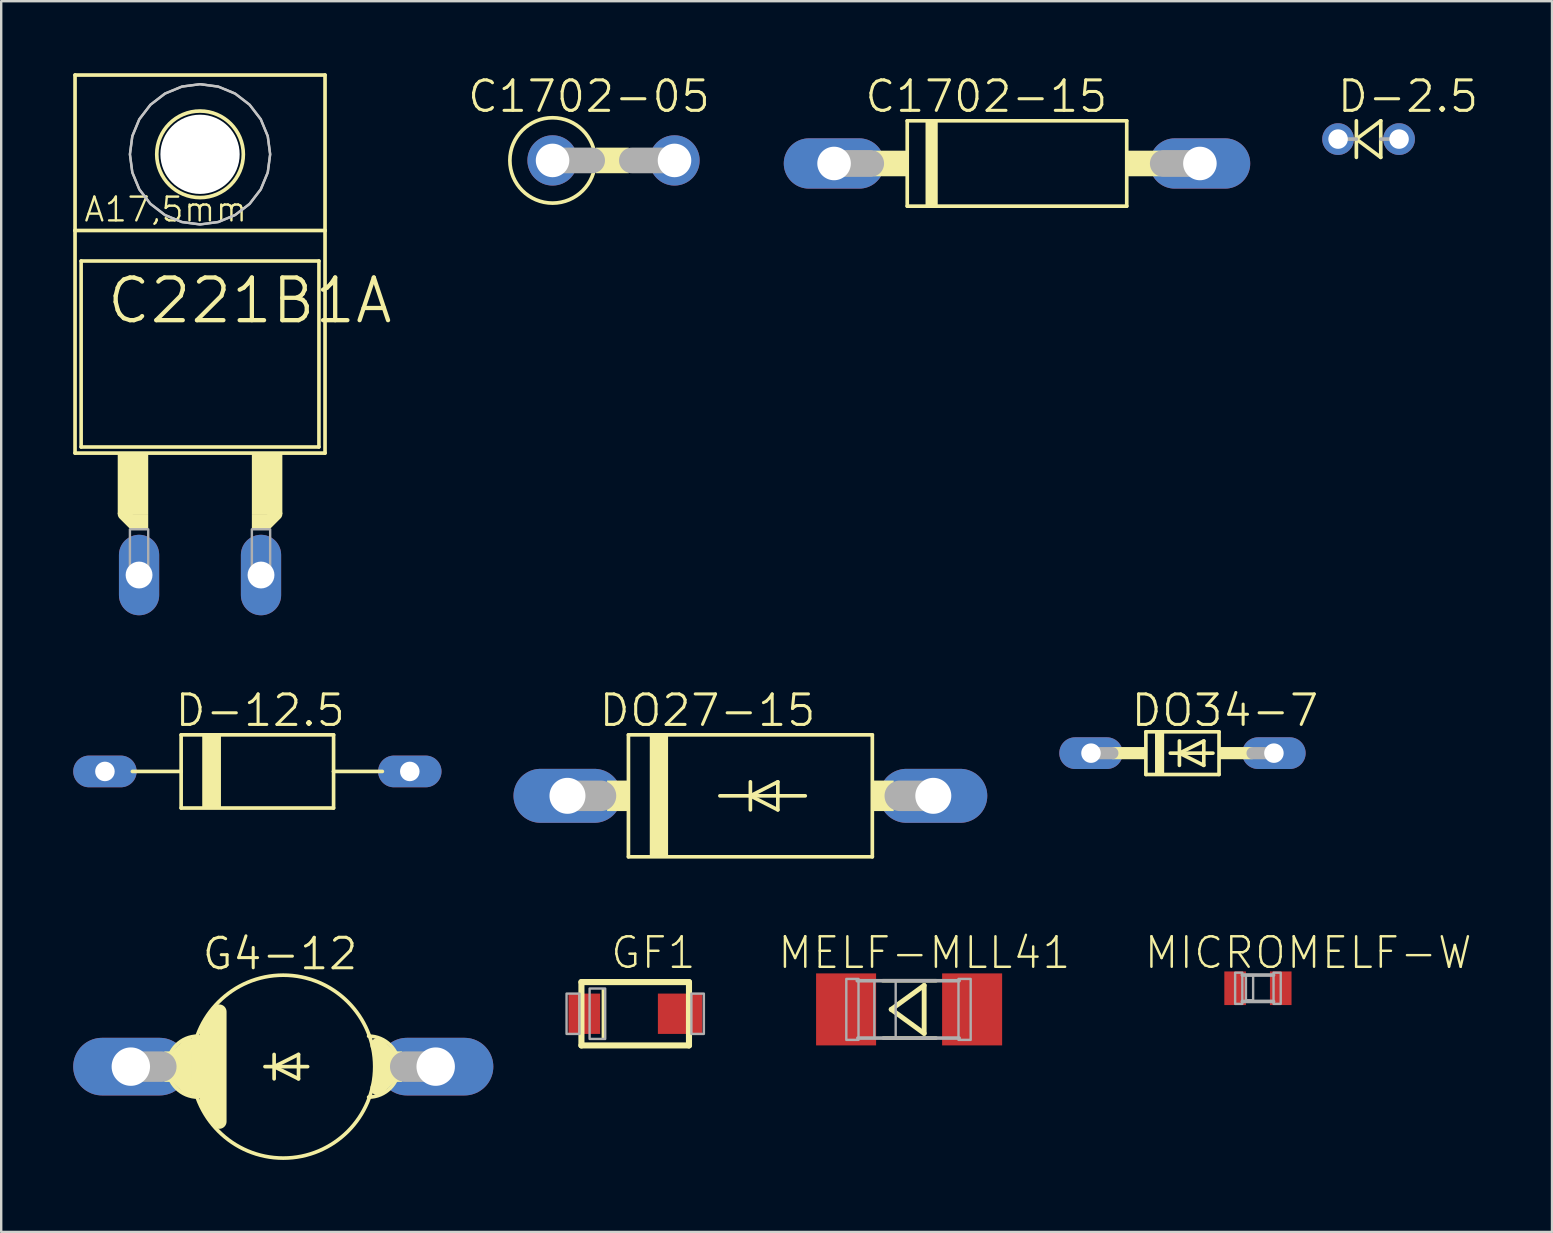
<source format=kicad_pcb>
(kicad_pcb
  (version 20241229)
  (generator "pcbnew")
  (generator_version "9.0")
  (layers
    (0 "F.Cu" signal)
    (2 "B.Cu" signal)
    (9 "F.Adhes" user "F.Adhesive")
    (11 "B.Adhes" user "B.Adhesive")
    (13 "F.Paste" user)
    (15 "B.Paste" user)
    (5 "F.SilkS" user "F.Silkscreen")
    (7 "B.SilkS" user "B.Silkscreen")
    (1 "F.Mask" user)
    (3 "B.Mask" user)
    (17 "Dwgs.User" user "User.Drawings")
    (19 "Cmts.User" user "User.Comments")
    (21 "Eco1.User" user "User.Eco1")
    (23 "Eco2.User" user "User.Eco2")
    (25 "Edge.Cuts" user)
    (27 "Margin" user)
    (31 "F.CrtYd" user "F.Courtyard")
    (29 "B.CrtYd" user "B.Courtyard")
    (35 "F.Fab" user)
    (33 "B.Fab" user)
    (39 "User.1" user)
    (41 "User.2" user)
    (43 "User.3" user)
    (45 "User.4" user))
  (footprint "MICROMELF-W"
    (layer "F.Cu")
    (at 49.352 38.118)
    (property "Reference" "MICROMELF-W" (at 2.095 -1.478 0) (layer "F.SilkS") (effects (font (size 1.27 1.27) (thickness 0.102))))
    (attr through_hole)
    (fp_line (start -0.65 -0.55) (end 0.65 -0.55) (stroke (width 0.152) (type solid)) (layer "F.Fab"))
    (fp_line (start -0.65 0.55) (end 0.65 0.55) (stroke (width 0.152) (type solid)) (layer "F.Fab"))
    (fp_poly (pts (xy -0.95 -0.65) (xy -0.65 -0.65) (xy -0.65 0.65) (xy -0.95 0.65)) (stroke (width 0.1) (type solid)) (fill no) (layer "F.Fab"))
    (fp_poly (pts (xy -0.5 -0.55) (xy -0.2 -0.55) (xy -0.2 0.5) (xy -0.5 0.5)) (stroke (width 0.1) (type solid)) (fill no) (layer "F.Fab"))
    (fp_poly (pts (xy 0.65 -0.65) (xy 0.95 -0.65) (xy 0.95 0.65) (xy 0.65 0.65)) (stroke (width 0.1) (type solid)) (fill no) (layer "F.Fab"))
    (pad "A" smd rect (at 0.95 0) (size 0.9 1.4) (layers "F.Cu" "F.Mask" "F.Paste"))
    (pad "C" smd rect (at -0.95 0) (size 0.9 1.4) (layers "F.Cu" "F.Mask" "F.Paste")))
  (footprint "D-2.5"
    (layer "F.Cu")
    (at 53.961 2.744)
    (property "Reference" "D-2.5" (at 1.645 -1.778 0) (layer "F.SilkS") (effects (font (size 1.27 1.27) (thickness 0.127))))
    (attr through_hole)
    (fp_line (start -0.508 -0.762) (end -0.508 0) (stroke (width 0.152) (type solid)) (layer "F.SilkS"))
    (fp_line (start -0.508 0) (end -0.508 0.762) (stroke (width 0.152) (type solid)) (layer "F.SilkS"))
    (fp_line (start -0.508 0) (end 0.508 0.762) (stroke (width 0.152) (type solid)) (layer "F.SilkS"))
    (fp_line (start 0.508 -0.762) (end -0.508 0) (stroke (width 0.152) (type solid)) (layer "F.SilkS"))
    (fp_line (start 0.508 0.762) (end 0.508 -0.762) (stroke (width 0.152) (type solid)) (layer "F.SilkS"))
    (fp_line (start -0.508 0) (end -1.27 0) (stroke (width 0.152) (type solid)) (layer "F.Fab"))
    (fp_line (start 1.27 0) (end 0.508 0) (stroke (width 0.152) (type solid)) (layer "F.Fab"))
    (pad "A" thru_hole circle (at 1.27 0) (size 1.321 1.321) (drill 0.813) (layers "*.Cu" "*.Mask"))
    (pad "C" thru_hole circle (at -1.27 0) (size 1.321 1.321) (drill 0.813) (layers "*.Cu" "*.Mask")))
  (footprint "C1702-15"
    (layer "F.Cu")
    (at 39.315 3.76)
    (property "Reference" "C1702-15" (at -1.276 -2.794 0) (layer "F.SilkS") (effects (font (size 1.27 1.27) (thickness 0.127))))
    (attr through_hole)
    (fp_line (start -4.572 1.778) (end -4.572 -1.778) (stroke (width 0.152) (type solid)) (layer "F.SilkS"))
    (fp_line (start -4.572 1.778) (end 4.572 1.778) (stroke (width 0.152) (type solid)) (layer "F.SilkS"))
    (fp_line (start 4.572 -1.778) (end -4.572 -1.778) (stroke (width 0.152) (type solid)) (layer "F.SilkS"))
    (fp_line (start 4.572 -1.778) (end 4.572 1.778) (stroke (width 0.152) (type solid)) (layer "F.SilkS"))
    (fp_poly (pts (xy -5.944 -0.533) (xy -4.572 -0.533) (xy -4.572 0.533) (xy -5.944 0.533)) (stroke (width 0) (type solid)) (fill yes) (layer "F.SilkS"))
    (fp_poly (pts (xy -3.81 -1.778) (xy -3.302 -1.778) (xy -3.302 1.778) (xy -3.81 1.778)) (stroke (width 0) (type solid)) (fill yes) (layer "F.SilkS"))
    (fp_poly (pts (xy 4.572 -0.533) (xy 5.944 -0.533) (xy 5.944 0.533) (xy 4.572 0.533)) (stroke (width 0) (type solid)) (fill yes) (layer "F.SilkS"))
    (fp_line (start -7.62 0) (end -6.096 0) (stroke (width 1.118) (type solid)) (layer "F.Fab"))
    (fp_line (start 7.62 0) (end 6.096 0) (stroke (width 1.118) (type solid)) (layer "F.Fab"))
    (pad "A" thru_hole oval (at 7.62 0) (size 4.191 2.095) (drill 1.397) (layers "*.Cu" "*.Mask"))
    (pad "C" thru_hole oval (at -7.62 0) (size 4.191 2.095) (drill 1.397) (layers "*.Cu" "*.Mask")))
  (footprint "C221B1A"
    (layer "F.Cu")
    (at 5.283 14.554)
    (property "Reference" "C221B1A" (at 2.074 -5.08 0) (layer "F.SilkS") (effects (font (size 1.778 1.778) (thickness 0.178))))
    (attr through_hole)
    (fp_line (start -5.207 -8.001) (end -5.207 -14.478) (stroke (width 0.152) (type solid)) (layer "F.SilkS"))
    (fp_line (start -5.207 1.27) (end -5.207 -8.001) (stroke (width 0.152) (type solid)) (layer "F.SilkS"))
    (fp_line (start -5.207 1.27) (end 5.207 1.27) (stroke (width 0.152) (type solid)) (layer "F.SilkS"))
    (fp_line (start -4.953 -6.731) (end -4.953 1.016) (stroke (width 0.15) (type solid)) (layer "F.SilkS"))
    (fp_line (start -2.794 4.191) (end -3.175 3.81) (stroke (width 0.508) (type solid)) (layer "F.SilkS"))
    (fp_line (start 3.175 3.81) (end 2.794 4.191) (stroke (width 0.508) (type solid)) (layer "F.SilkS"))
    (fp_line (start 4.953 -6.731) (end -4.953 -6.731) (stroke (width 0.15) (type solid)) (layer "F.SilkS"))
    (fp_line (start 4.953 -6.731) (end 4.953 1.016) (stroke (width 0.15) (type solid)) (layer "F.SilkS"))
    (fp_line (start 4.953 1.016) (end -4.953 1.016) (stroke (width 0.15) (type solid)) (layer "F.SilkS"))
    (fp_line (start 5.207 -14.478) (end -5.207 -14.478) (stroke (width 0.152) (type solid)) (layer "F.SilkS"))
    (fp_line (start 5.207 -8.001) (end -5.207 -8.001) (stroke (width 0.152) (type solid)) (layer "F.SilkS"))
    (fp_line (start 5.207 -8.001) (end 5.207 -14.478) (stroke (width 0.152) (type solid)) (layer "F.SilkS"))
    (fp_line (start 5.207 1.27) (end 5.207 -8.001) (stroke (width 0.152) (type solid)) (layer "F.SilkS"))
    (fp_circle (center 0 -11.176) (end 1.803 -11.176) (stroke (width 0.152) (type solid)) (fill no) (layer "F.SilkS"))
    (fp_poly (pts (xy -3.429 1.27) (xy -2.159 1.27) (xy -2.159 3.81) (xy -3.429 3.81)) (stroke (width 0) (type solid)) (fill yes) (layer "F.SilkS"))
    (fp_poly (pts (xy -2.921 3.81) (xy -2.159 3.81) (xy -2.159 4.445) (xy -2.921 4.445)) (stroke (width 0) (type solid)) (fill yes) (layer "F.SilkS"))
    (fp_poly (pts (xy 2.159 1.27) (xy 3.429 1.27) (xy 3.429 3.81) (xy 2.159 3.81)) (stroke (width 0) (type solid)) (fill yes) (layer "F.SilkS"))
    (fp_poly (pts (xy 2.159 3.81) (xy 2.921 3.81) (xy 2.921 4.445) (xy 2.159 4.445)) (stroke (width 0) (type solid)) (fill yes) (layer "F.SilkS"))
    (fp_poly (pts (xy 2.921 -11.176) (xy 2.821 -10.42) (xy 2.53 -9.716) (xy 2.065 -9.111) (xy 1.46 -8.646) (xy 0.756 -8.355) (xy 0 -8.255) (xy -0.756 -8.355) (xy -1.46 -8.646) (xy -2.065 -9.111) (xy -2.53 -9.716) (xy -2.821 -10.42) (xy -2.921 -11.176) (xy -2.821 -11.932) (xy -2.53 -12.636) (xy -2.065 -13.241) (xy -1.46 -13.706) (xy -0.756 -13.997) (xy 0 -14.097) (xy 0.756 -13.997) (xy 1.46 -13.706) (xy 2.065 -13.241) (xy 2.53 -12.636) (xy 2.821 -11.932)) (stroke (width 0.1) (type solid)) (fill no) (layer "Dwgs.User"))
    (fp_poly (pts (xy 2.921 -11.176) (xy 2.821 -10.42) (xy 2.53 -9.716) (xy 2.065 -9.111) (xy 1.46 -8.646) (xy 0.756 -8.355) (xy 0 -8.255) (xy -0.756 -8.355) (xy -1.46 -8.646) (xy -2.065 -9.111) (xy -2.53 -9.716) (xy -2.821 -10.42) (xy -2.921 -11.176) (xy -2.821 -11.932) (xy -2.53 -12.636) (xy -2.065 -13.241) (xy -1.46 -13.706) (xy -0.756 -13.997) (xy 0 -14.097) (xy 0.756 -13.997) (xy 1.46 -13.706) (xy 2.065 -13.241) (xy 2.53 -12.636) (xy 2.821 -11.932)) (stroke (width 0.1) (type solid)) (fill no) (layer "Dwgs.User"))
    (fp_poly (pts (xy -2.921 4.445) (xy -2.159 4.445) (xy -2.159 6.35) (xy -2.921 6.35)) (stroke (width 0.1) (type solid)) (fill no) (layer "F.Fab"))
    (fp_poly (pts (xy 2.159 4.445) (xy 2.921 4.445) (xy 2.921 6.35) (xy 2.159 6.35)) (stroke (width 0.1) (type solid)) (fill no) (layer "F.Fab"))
    (fp_text user "A17,5mm" (at -1.43 -8.877 0) (layer "F.SilkS") (effects (font (size 0.991 0.991) (thickness 0.099))))
    (pad "" np_thru_hole circle (at 0 -11.176) (size 3.302 3.302) (drill 3.302) (layers "*.Cu"))
    (pad "A" thru_hole oval (at 2.54 6.35) (size 1.676 3.353) (drill 1.118) (layers "*.Cu" "*.Mask"))
    (pad "C" thru_hole oval (at -2.54 6.35) (size 1.676 3.353) (drill 1.118) (layers "*.Cu" "*.Mask")))
  (footprint "MELF-MLL41"
    (layer "F.Cu")
    (at 34.821 38.999)
    (property "Reference" "MELF-MLL41" (at 0.633 -2.359 0) (layer "F.SilkS") (effects (font (size 1.27 1.27) (thickness 0.102))))
    (attr through_hole)
    (fp_line (start -0.746 0) (end 0.627 1) (stroke (width 0.203) (type solid)) (layer "F.SilkS"))
    (fp_line (start 0.627 -1) (end -0.746 0) (stroke (width 0.203) (type solid)) (layer "F.SilkS"))
    (fp_line (start 0.627 1) (end 0.627 -1) (stroke (width 0.203) (type solid)) (layer "F.SilkS"))
    (fp_line (start 1.121 -1.194) (end -1.097 -1.194) (stroke (width 0.152) (type solid)) (layer "F.SilkS"))
    (fp_line (start 1.121 1.194) (end -1.072 1.194) (stroke (width 0.152) (type solid)) (layer "F.SilkS"))
    (fp_line (start 2.083 -1.194) (end -2.159 -1.194) (stroke (width 0.152) (type solid)) (layer "F.Fab"))
    (fp_line (start 2.083 1.194) (end -2.134 1.194) (stroke (width 0.152) (type solid)) (layer "F.Fab"))
    (fp_poly (pts (xy -2.616 -1.27) (xy -2.108 -1.27) (xy -2.108 1.27) (xy -2.616 1.27)) (stroke (width 0.1) (type solid)) (fill no) (layer "F.Fab"))
    (fp_poly (pts (xy -1.448 -1.194) (xy -0.559 -1.194) (xy -0.559 1.194) (xy -1.448 1.194)) (stroke (width 0.1) (type solid)) (fill no) (layer "F.Fab"))
    (fp_poly (pts (xy 2.057 -1.27) (xy 2.565 -1.27) (xy 2.565 1.27) (xy 2.057 1.27)) (stroke (width 0.1) (type solid)) (fill no) (layer "F.Fab"))
    (pad "A" smd rect (at 2.625 0) (size 2.5 3) (layers "F.Cu" "F.Mask" "F.Paste"))
    (pad "C" smd rect (at -2.625 0) (size 2.5 3) (layers "F.Cu" "F.Mask" "F.Paste")))
  (footprint "DO34-7"
    (layer "F.Cu")
    (at 46.208 28.324)
    (property "Reference" "DO34-7" (at 1.772 -1.778 0) (layer "F.SilkS") (effects (font (size 1.27 1.27) (thickness 0.127))))
    (attr through_hole)
    (fp_line (start -1.524 -0.889) (end -1.524 0.889) (stroke (width 0.152) (type solid)) (layer "F.SilkS"))
    (fp_line (start -1.524 0.889) (end 1.524 0.889) (stroke (width 0.152) (type solid)) (layer "F.SilkS"))
    (fp_line (start -0.508 0) (end -0.127 0) (stroke (width 0.152) (type solid)) (layer "F.SilkS"))
    (fp_line (start -0.127 -0.508) (end -0.127 0) (stroke (width 0.152) (type solid)) (layer "F.SilkS"))
    (fp_line (start -0.127 0) (end -0.127 0.508) (stroke (width 0.152) (type solid)) (layer "F.SilkS"))
    (fp_line (start -0.127 0) (end 0.889 -0.508) (stroke (width 0.152) (type solid)) (layer "F.SilkS"))
    (fp_line (start -0.127 0) (end 1.27 0) (stroke (width 0.152) (type solid)) (layer "F.SilkS"))
    (fp_line (start 0.889 -0.508) (end 0.889 0.508) (stroke (width 0.152) (type solid)) (layer "F.SilkS"))
    (fp_line (start 0.889 0.508) (end -0.127 0) (stroke (width 0.152) (type solid)) (layer "F.SilkS"))
    (fp_line (start 1.524 -0.889) (end -1.524 -0.889) (stroke (width 0.152) (type solid)) (layer "F.SilkS"))
    (fp_line (start 1.524 0.889) (end 1.524 -0.889) (stroke (width 0.152) (type solid)) (layer "F.SilkS"))
    (fp_poly (pts (xy -2.921 -0.254) (xy -1.524 -0.254) (xy -1.524 0.254) (xy -2.921 0.254)) (stroke (width 0) (type solid)) (fill yes) (layer "F.SilkS"))
    (fp_poly (pts (xy -1.143 -0.889) (xy -0.762 -0.889) (xy -0.762 0.889) (xy -1.143 0.889)) (stroke (width 0) (type solid)) (fill yes) (layer "F.SilkS"))
    (fp_poly (pts (xy 1.524 -0.254) (xy 2.921 -0.254) (xy 2.921 0.254) (xy 1.524 0.254)) (stroke (width 0) (type solid)) (fill yes) (layer "F.SilkS"))
    (fp_line (start -3.81 0) (end -2.921 0) (stroke (width 0.508) (type solid)) (layer "F.Fab"))
    (fp_line (start 3.81 0) (end 2.921 0) (stroke (width 0.508) (type solid)) (layer "F.Fab"))
    (pad "A" thru_hole oval (at 3.81 0) (size 2.642 1.321) (drill 0.813) (layers "*.Cu" "*.Mask"))
    (pad "C" thru_hole oval (at -3.81 0) (size 2.642 1.321) (drill 0.813) (layers "*.Cu" "*.Mask")))
  (footprint "GF1"
    (layer "F.Cu")
    (at 23.411 39.18)
    (property "Reference" "GF1" (at 0.756 -2.54 0) (layer "F.SilkS") (effects (font (size 1.27 1.27) (thickness 0.102))))
    (attr through_hole)
    (fp_line (start -2.24 -1.32) (end 2.24 -1.32) (stroke (width 0.254) (type solid)) (layer "F.SilkS"))
    (fp_line (start -2.24 1.32) (end -2.24 -1.32) (stroke (width 0.254) (type solid)) (layer "F.SilkS"))
    (fp_line (start 2.24 -1.32) (end 2.24 1.32) (stroke (width 0.254) (type solid)) (layer "F.SilkS"))
    (fp_line (start 2.24 1.32) (end -2.24 1.32) (stroke (width 0.254) (type solid)) (layer "F.SilkS"))
    (fp_poly (pts (xy -1.4 -1.05) (xy -1.25 -1.05) (xy -1.25 1.05) (xy -1.4 1.05)) (stroke (width 0) (type solid)) (fill yes) (layer "F.SilkS"))
    (fp_poly (pts (xy -2.86 -0.84) (xy -2.32 -0.84) (xy -2.32 0.84) (xy -2.86 0.84)) (stroke (width 0.1) (type solid)) (fill no) (layer "F.Fab"))
    (fp_poly (pts (xy -1.9 -1.05) (xy -1.25 -1.05) (xy -1.25 1.05) (xy -1.9 1.05)) (stroke (width 0.1) (type solid)) (fill no) (layer "F.Fab"))
    (fp_poly (pts (xy 2.34 -0.84) (xy 2.86 -0.84) (xy 2.86 0.84) (xy 2.34 0.84)) (stroke (width 0.1) (type solid)) (fill no) (layer "F.Fab"))
    (pad "A" smd rect (at 1.87 0) (size 1.85 1.68) (layers "F.Cu" "F.Mask" "F.Paste"))
    (pad "C" smd rect (at -2.12 0) (size 1.32 1.68) (layers "F.Cu" "F.Mask" "F.Paste")))
  (footprint "D-12.5"
    (layer "F.Cu")
    (at 7.671 29.086)
    (property "Reference" "D-12.5" (at 0.121 -2.54 0) (layer "F.SilkS") (effects (font (size 1.27 1.27) (thickness 0.127))))
    (attr through_hole)
    (fp_line (start -3.175 -1.524) (end -3.175 0) (stroke (width 0.152) (type solid)) (layer "F.SilkS"))
    (fp_line (start -3.175 0) (end -5.207 0) (stroke (width 0.152) (type solid)) (layer "F.SilkS"))
    (fp_line (start -3.175 0) (end -3.175 1.524) (stroke (width 0.152) (type solid)) (layer "F.SilkS"))
    (fp_line (start -3.175 1.524) (end 3.175 1.524) (stroke (width 0.152) (type solid)) (layer "F.SilkS"))
    (fp_line (start 3.175 -1.524) (end -3.175 -1.524) (stroke (width 0.152) (type solid)) (layer "F.SilkS"))
    (fp_line (start 3.175 0) (end 3.175 -1.524) (stroke (width 0.152) (type solid)) (layer "F.SilkS"))
    (fp_line (start 3.175 1.524) (end 3.175 0) (stroke (width 0.152) (type solid)) (layer "F.SilkS"))
    (fp_line (start 5.207 0) (end 3.175 0) (stroke (width 0.152) (type solid)) (layer "F.SilkS"))
    (fp_poly (pts (xy -2.286 -1.524) (xy -1.524 -1.524) (xy -1.524 1.524) (xy -2.286 1.524)) (stroke (width 0) (type solid)) (fill yes) (layer "F.SilkS"))
    (fp_poly (pts (xy -2.286 -1.524) (xy -1.524 -1.524) (xy -1.524 1.524) (xy -2.286 1.524)) (stroke (width 0) (type solid)) (fill yes) (layer "F.SilkS"))
    (pad "A" thru_hole oval (at 6.35 0) (size 2.642 1.321) (drill 0.813) (layers "*.Cu" "*.Mask"))
    (pad "C" thru_hole oval (at -6.35 0) (size 2.642 1.321) (drill 0.813) (layers "*.Cu" "*.Mask")))
  (footprint "DO27-15"
    (layer "F.Cu")
    (at 28.209 30.102)
    (property "Reference" "DO27-15" (at -1.784 -3.556 0) (layer "F.SilkS") (effects (font (size 1.27 1.27) (thickness 0.127))))
    (attr through_hole)
    (fp_line (start -5.08 -2.54) (end 5.08 -2.54) (stroke (width 0.152) (type solid)) (layer "F.SilkS"))
    (fp_line (start -5.08 2.54) (end -5.08 -2.54) (stroke (width 0.152) (type solid)) (layer "F.SilkS"))
    (fp_line (start -1.27 0) (end 0 0) (stroke (width 0.152) (type solid)) (layer "F.SilkS"))
    (fp_line (start 0 -0.584) (end 0 0) (stroke (width 0.152) (type solid)) (layer "F.SilkS"))
    (fp_line (start 0 0) (end 0 0.584) (stroke (width 0.152) (type solid)) (layer "F.SilkS"))
    (fp_line (start 0 0) (end 1.143 -0.584) (stroke (width 0.152) (type solid)) (layer "F.SilkS"))
    (fp_line (start 0 0) (end 2.286 0) (stroke (width 0.152) (type solid)) (layer "F.SilkS"))
    (fp_line (start 1.143 -0.584) (end 1.143 0.584) (stroke (width 0.152) (type solid)) (layer "F.SilkS"))
    (fp_line (start 1.143 0.584) (end 0 0) (stroke (width 0.152) (type solid)) (layer "F.SilkS"))
    (fp_line (start 5.08 -2.54) (end 5.08 2.54) (stroke (width 0.152) (type solid)) (layer "F.SilkS"))
    (fp_line (start 5.08 2.54) (end -5.08 2.54) (stroke (width 0.152) (type solid)) (layer "F.SilkS"))
    (fp_poly (pts (xy -5.969 -0.635) (xy -5.08 -0.635) (xy -5.08 0.635) (xy -5.969 0.635)) (stroke (width 0) (type solid)) (fill yes) (layer "F.SilkS"))
    (fp_poly (pts (xy -4.191 -2.54) (xy -3.429 -2.54) (xy -3.429 2.54) (xy -4.191 2.54)) (stroke (width 0) (type solid)) (fill yes) (layer "F.SilkS"))
    (fp_poly (pts (xy 5.08 -0.635) (xy 5.969 -0.635) (xy 5.969 0.635) (xy 5.08 0.635)) (stroke (width 0) (type solid)) (fill yes) (layer "F.SilkS"))
    (fp_line (start -7.62 0) (end -6.223 0) (stroke (width 1.27) (type solid)) (layer "F.Fab"))
    (fp_line (start 7.62 0) (end 6.223 0) (stroke (width 1.27) (type solid)) (layer "F.Fab"))
    (pad "A" thru_hole oval (at 7.62 0) (size 4.496 2.248) (drill 1.499) (layers "*.Cu" "*.Mask"))
    (pad "C" thru_hole oval (at -7.62 0) (size 4.496 2.248) (drill 1.499) (layers "*.Cu" "*.Mask")))
  (footprint "G4-12"
    (layer "F.Cu")
    (at 8.75 41.383)
    (property "Reference" "G4-12" (at -0.133 -4.699 0) (layer "F.SilkS") (effects (font (size 1.27 1.27) (thickness 0.127))))
    (attr through_hole)
    (fp_line (start -4.318 -0.508) (end -3.937 -0.889) (stroke (width 0.61) (type solid)) (layer "F.SilkS"))
    (fp_line (start -4.318 0.508) (end -3.937 0.889) (stroke (width 0.61) (type solid)) (layer "F.SilkS"))
    (fp_line (start -3.556 -1.016) (end -3.556 1.016) (stroke (width 0.61) (type solid)) (layer "F.SilkS"))
    (fp_line (start -3.175 -1.524) (end -3.175 1.524) (stroke (width 0.61) (type solid)) (layer "F.SilkS"))
    (fp_line (start -3.175 1.524) (end -2.921 2.032) (stroke (width 0.61) (type solid)) (layer "F.SilkS"))
    (fp_line (start -2.921 -2.032) (end -3.175 -1.524) (stroke (width 0.61) (type solid)) (layer "F.SilkS"))
    (fp_line (start -2.667 2.286) (end -2.667 -2.286) (stroke (width 0.61) (type solid)) (layer "F.SilkS"))
    (fp_line (start -0.762 0) (end -0.381 0) (stroke (width 0.152) (type solid)) (layer "F.SilkS"))
    (fp_line (start -0.381 -0.508) (end -0.381 0) (stroke (width 0.152) (type solid)) (layer "F.SilkS"))
    (fp_line (start -0.381 0) (end -0.381 0.508) (stroke (width 0.152) (type solid)) (layer "F.SilkS"))
    (fp_line (start -0.381 0) (end 0.635 -0.508) (stroke (width 0.152) (type solid)) (layer "F.SilkS"))
    (fp_line (start -0.381 0) (end 1.016 0) (stroke (width 0.152) (type solid)) (layer "F.SilkS"))
    (fp_line (start 0.635 -0.508) (end 0.635 0.508) (stroke (width 0.152) (type solid)) (layer "F.SilkS"))
    (fp_line (start 0.635 0.508) (end -0.381 0) (stroke (width 0.152) (type solid)) (layer "F.SilkS"))
    (fp_line (start 3.937 -0.889) (end 4.318 -0.508) (stroke (width 0.61) (type solid)) (layer "F.SilkS"))
    (fp_line (start 4.318 0.508) (end 3.937 0.889) (stroke (width 0.61) (type solid)) (layer "F.SilkS"))
    (fp_arc (start -3.556 1.27) (mid -4.826 0) (end -3.556 -1.27) (stroke (width 0.1524) (type solid)) (layer "F.SilkS"))
    (fp_arc (start 3.556 -1.27) (mid 4.826 0) (end 3.556 1.27) (stroke (width 0.1524) (type solid)) (layer "F.SilkS"))
    (fp_circle (center 0 0) (end 3.81 0) (stroke (width 0.152) (type solid)) (fill no) (layer "F.SilkS"))
    (fp_poly (pts (xy -4.953 -0.635) (xy -3.81 -0.635) (xy -3.81 0.635) (xy -4.953 0.635)) (stroke (width 0) (type solid)) (fill yes) (layer "F.SilkS"))
    (fp_poly (pts (xy 3.81 -0.635) (xy 4.953 -0.635) (xy 4.953 0.635) (xy 3.81 0.635)) (stroke (width 0) (type solid)) (fill yes) (layer "F.SilkS"))
    (fp_line (start -6.35 0) (end -5.08 0) (stroke (width 1.27) (type solid)) (layer "F.Fab"))
    (fp_line (start 6.35 0) (end 5.08 0) (stroke (width 1.27) (type solid)) (layer "F.Fab"))
    (pad "A" thru_hole oval (at 6.35 0) (size 4.801 2.4) (drill 1.6) (layers "*.Cu" "*.Mask"))
    (pad "C" thru_hole oval (at -6.35 0) (size 4.801 2.4) (drill 1.6) (layers "*.Cu" "*.Mask")))
  (footprint "C1702-05"
    (layer "F.Cu")
    (at 22.508 3.633)
    (property "Reference" "C1702-05" (at -1.022 -2.667 0) (layer "F.SilkS") (effects (font (size 1.27 1.27) (thickness 0.127))))
    (attr through_hole)
    (fp_circle (center -2.54 0) (end -0.762 0) (stroke (width 0.152) (type solid)) (fill no) (layer "F.SilkS"))
    (fp_poly (pts (xy -0.737 -0.533) (xy 0.635 -0.533) (xy 0.635 0.533) (xy -0.737 0.533)) (stroke (width 0) (type solid)) (fill yes) (layer "F.SilkS"))
    (fp_line (start -2.54 0) (end -0.889 0) (stroke (width 1.067) (type solid)) (layer "F.Fab"))
    (fp_line (start 2.54 0) (end 0.762 0) (stroke (width 1.067) (type solid)) (layer "F.Fab"))
    (pad "A" thru_hole circle (at 2.54 0) (size 2.095 2.095) (drill 1.397) (layers "*.Cu" "*.Mask"))
    (pad "C" thru_hole circle (at -2.54 0) (size 2.095 2.095) (drill 1.397) (layers "*.Cu" "*.Mask")))
  (gr_rect
    (start -3 -3)
    (end 61.603 48.27)
    (stroke (width 0.1) (type default))
    (fill no)
    (layer "Edge.Cuts")))
</source>
